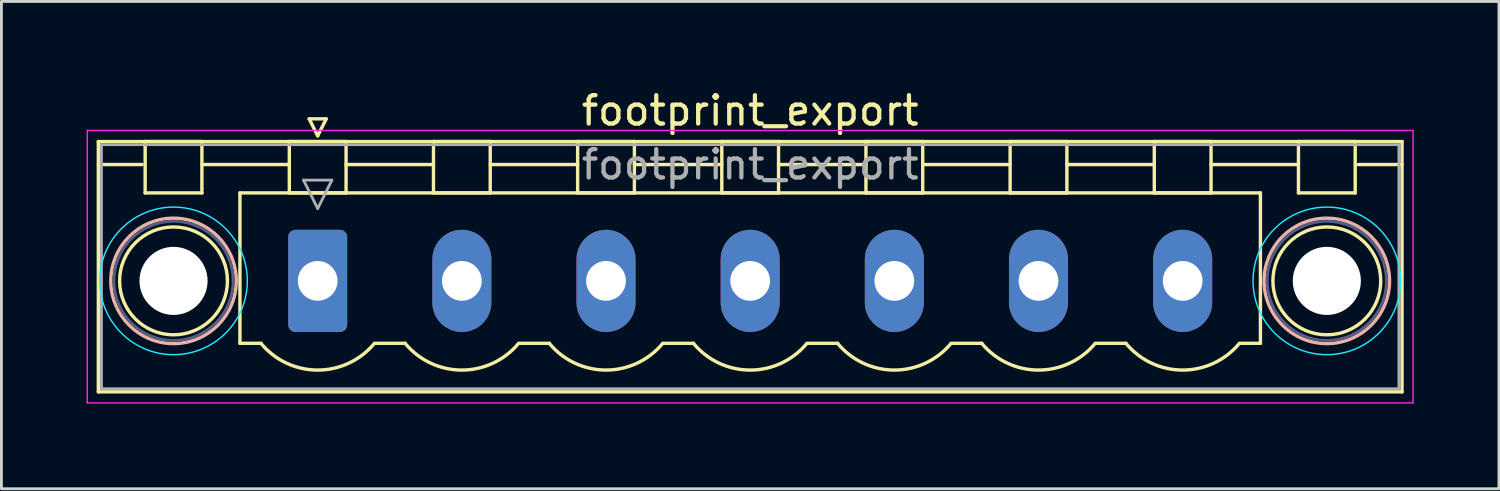
<source format=kicad_pcb>
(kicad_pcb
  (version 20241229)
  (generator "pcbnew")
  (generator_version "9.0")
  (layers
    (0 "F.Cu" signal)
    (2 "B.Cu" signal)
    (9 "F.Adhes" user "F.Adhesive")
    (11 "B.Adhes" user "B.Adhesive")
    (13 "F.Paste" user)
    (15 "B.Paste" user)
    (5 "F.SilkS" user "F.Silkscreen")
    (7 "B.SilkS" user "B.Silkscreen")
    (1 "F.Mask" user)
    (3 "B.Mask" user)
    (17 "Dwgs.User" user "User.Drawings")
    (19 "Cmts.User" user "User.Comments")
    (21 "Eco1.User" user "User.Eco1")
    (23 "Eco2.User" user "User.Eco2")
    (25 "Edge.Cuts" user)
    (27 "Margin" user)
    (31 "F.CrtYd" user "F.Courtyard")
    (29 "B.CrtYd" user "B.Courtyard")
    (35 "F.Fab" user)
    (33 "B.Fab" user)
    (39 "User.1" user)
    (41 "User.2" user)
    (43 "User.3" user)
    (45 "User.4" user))
  (footprint "footprint_export"
    (layer "F.Cu")
    (at 8.145 6.848)
    (property "Reference" "footprint_export" (at 15.24 -6 0) (layer "F.SilkS") (effects (font (size 1 1) (thickness 0.15))))
    (attr through_hole)
    (fp_line (start -7.73 -4.91) (end -7.73 3.91) (stroke (width 0.12) (type solid)) (layer "F.SilkS"))
    (fp_line (start -7.73 -4.1) (end -6.19 -4.1) (stroke (width 0.12) (type solid)) (layer "F.SilkS"))
    (fp_line (start -7.73 3.91) (end 38.21 3.91) (stroke (width 0.12) (type solid)) (layer "F.SilkS"))
    (fp_line (start -6.08 -4.91) (end -4.08 -4.91) (stroke (width 0.12) (type solid)) (layer "F.SilkS"))
    (fp_line (start -6.08 -3.1) (end -6.08 -4.91) (stroke (width 0.12) (type solid)) (layer "F.SilkS"))
    (fp_line (start -4.08 -4.91) (end -4.08 -3.1) (stroke (width 0.12) (type solid)) (layer "F.SilkS"))
    (fp_line (start -4.08 -4.1) (end -1 -4.1) (stroke (width 0.12) (type solid)) (layer "F.SilkS"))
    (fp_line (start -4.08 -3.1) (end -6.08 -3.1) (stroke (width 0.12) (type solid)) (layer "F.SilkS"))
    (fp_line (start -2.74 -3.1) (end 33.22 -3.1) (stroke (width 0.12) (type solid)) (layer "F.SilkS"))
    (fp_line (start -2.74 2.2) (end -2.74 -3.1) (stroke (width 0.12) (type solid)) (layer "F.SilkS"))
    (fp_line (start -2 2.2) (end -2.74 2.2) (stroke (width 0.12) (type solid)) (layer "F.SilkS"))
    (fp_line (start -1 -4.91) (end 1 -4.91) (stroke (width 0.12) (type solid)) (layer "F.SilkS"))
    (fp_line (start -1 -3.1) (end -1 -4.91) (stroke (width 0.12) (type solid)) (layer "F.SilkS"))
    (fp_line (start -0.3 -5.71) (end 0.3 -5.71) (stroke (width 0.12) (type solid)) (layer "F.SilkS"))
    (fp_line (start 0 -5.11) (end -0.3 -5.71) (stroke (width 0.12) (type solid)) (layer "F.SilkS"))
    (fp_line (start 0.3 -5.71) (end 0 -5.11) (stroke (width 0.12) (type solid)) (layer "F.SilkS"))
    (fp_line (start 1 -4.91) (end 1 -3.1) (stroke (width 0.12) (type solid)) (layer "F.SilkS"))
    (fp_line (start 1 -4.1) (end 4.08 -4.1) (stroke (width 0.12) (type solid)) (layer "F.SilkS"))
    (fp_line (start 1 -3.1) (end -1 -3.1) (stroke (width 0.12) (type solid)) (layer "F.SilkS"))
    (fp_line (start 2 2.2) (end 3.08 2.2) (stroke (width 0.12) (type solid)) (layer "F.SilkS"))
    (fp_line (start 4.08 -4.91) (end 6.08 -4.91) (stroke (width 0.12) (type solid)) (layer "F.SilkS"))
    (fp_line (start 4.08 -3.1) (end 4.08 -4.91) (stroke (width 0.12) (type solid)) (layer "F.SilkS"))
    (fp_line (start 6.08 -4.91) (end 6.08 -3.1) (stroke (width 0.12) (type solid)) (layer "F.SilkS"))
    (fp_line (start 6.08 -4.1) (end 9.16 -4.1) (stroke (width 0.12) (type solid)) (layer "F.SilkS"))
    (fp_line (start 6.08 -3.1) (end 4.08 -3.1) (stroke (width 0.12) (type solid)) (layer "F.SilkS"))
    (fp_line (start 7.08 2.2) (end 8.16 2.2) (stroke (width 0.12) (type solid)) (layer "F.SilkS"))
    (fp_line (start 9.16 -4.91) (end 11.16 -4.91) (stroke (width 0.12) (type solid)) (layer "F.SilkS"))
    (fp_line (start 9.16 -3.1) (end 9.16 -4.91) (stroke (width 0.12) (type solid)) (layer "F.SilkS"))
    (fp_line (start 11.16 -4.91) (end 11.16 -3.1) (stroke (width 0.12) (type solid)) (layer "F.SilkS"))
    (fp_line (start 11.16 -4.1) (end 14.24 -4.1) (stroke (width 0.12) (type solid)) (layer "F.SilkS"))
    (fp_line (start 11.16 -3.1) (end 9.16 -3.1) (stroke (width 0.12) (type solid)) (layer "F.SilkS"))
    (fp_line (start 12.16 2.2) (end 13.24 2.2) (stroke (width 0.12) (type solid)) (layer "F.SilkS"))
    (fp_line (start 14.24 -4.91) (end 16.24 -4.91) (stroke (width 0.12) (type solid)) (layer "F.SilkS"))
    (fp_line (start 14.24 -3.1) (end 14.24 -4.91) (stroke (width 0.12) (type solid)) (layer "F.SilkS"))
    (fp_line (start 16.24 -4.91) (end 16.24 -3.1) (stroke (width 0.12) (type solid)) (layer "F.SilkS"))
    (fp_line (start 16.24 -4.1) (end 19.32 -4.1) (stroke (width 0.12) (type solid)) (layer "F.SilkS"))
    (fp_line (start 16.24 -3.1) (end 14.24 -3.1) (stroke (width 0.12) (type solid)) (layer "F.SilkS"))
    (fp_line (start 17.24 2.2) (end 18.32 2.2) (stroke (width 0.12) (type solid)) (layer "F.SilkS"))
    (fp_line (start 19.32 -4.91) (end 21.32 -4.91) (stroke (width 0.12) (type solid)) (layer "F.SilkS"))
    (fp_line (start 19.32 -3.1) (end 19.32 -4.91) (stroke (width 0.12) (type solid)) (layer "F.SilkS"))
    (fp_line (start 21.32 -4.91) (end 21.32 -3.1) (stroke (width 0.12) (type solid)) (layer "F.SilkS"))
    (fp_line (start 21.32 -4.1) (end 24.4 -4.1) (stroke (width 0.12) (type solid)) (layer "F.SilkS"))
    (fp_line (start 21.32 -3.1) (end 19.32 -3.1) (stroke (width 0.12) (type solid)) (layer "F.SilkS"))
    (fp_line (start 22.32 2.2) (end 23.4 2.2) (stroke (width 0.12) (type solid)) (layer "F.SilkS"))
    (fp_line (start 24.4 -4.91) (end 26.4 -4.91) (stroke (width 0.12) (type solid)) (layer "F.SilkS"))
    (fp_line (start 24.4 -3.1) (end 24.4 -4.91) (stroke (width 0.12) (type solid)) (layer "F.SilkS"))
    (fp_line (start 26.4 -4.91) (end 26.4 -3.1) (stroke (width 0.12) (type solid)) (layer "F.SilkS"))
    (fp_line (start 26.4 -4.1) (end 29.48 -4.1) (stroke (width 0.12) (type solid)) (layer "F.SilkS"))
    (fp_line (start 26.4 -3.1) (end 24.4 -3.1) (stroke (width 0.12) (type solid)) (layer "F.SilkS"))
    (fp_line (start 27.4 2.2) (end 28.48 2.2) (stroke (width 0.12) (type solid)) (layer "F.SilkS"))
    (fp_line (start 29.48 -4.91) (end 31.48 -4.91) (stroke (width 0.12) (type solid)) (layer "F.SilkS"))
    (fp_line (start 29.48 -3.1) (end 29.48 -4.91) (stroke (width 0.12) (type solid)) (layer "F.SilkS"))
    (fp_line (start 31.48 -4.91) (end 31.48 -3.1) (stroke (width 0.12) (type solid)) (layer "F.SilkS"))
    (fp_line (start 31.48 -4.1) (end 34.56 -4.1) (stroke (width 0.12) (type solid)) (layer "F.SilkS"))
    (fp_line (start 31.48 -3.1) (end 29.48 -3.1) (stroke (width 0.12) (type solid)) (layer "F.SilkS"))
    (fp_line (start 33.22 -3.1) (end 33.22 2.2) (stroke (width 0.12) (type solid)) (layer "F.SilkS"))
    (fp_line (start 33.22 2.2) (end 32.48 2.2) (stroke (width 0.12) (type solid)) (layer "F.SilkS"))
    (fp_line (start 34.56 -4.91) (end 36.56 -4.91) (stroke (width 0.12) (type solid)) (layer "F.SilkS"))
    (fp_line (start 34.56 -3.1) (end 34.56 -4.91) (stroke (width 0.12) (type solid)) (layer "F.SilkS"))
    (fp_line (start 36.56 -4.91) (end 36.56 -3.1) (stroke (width 0.12) (type solid)) (layer "F.SilkS"))
    (fp_line (start 36.56 -3.1) (end 34.56 -3.1) (stroke (width 0.12) (type solid)) (layer "F.SilkS"))
    (fp_line (start 38.21 -4.91) (end -7.73 -4.91) (stroke (width 0.12) (type solid)) (layer "F.SilkS"))
    (fp_line (start 38.21 -4.1) (end 36.67 -4.1) (stroke (width 0.12) (type solid)) (layer "F.SilkS"))
    (fp_line (start 38.21 3.91) (end 38.21 -4.91) (stroke (width 0.12) (type solid)) (layer "F.SilkS"))
    (fp_arc (start 1.986842 2.215821) (mid -0.010289 3.142758) (end -2 2.2) (stroke (width 0.12) (type solid)) (layer "F.SilkS"))
    (fp_arc (start 7.066842 2.215821) (mid 5.069711 3.142758) (end 3.08 2.2) (stroke (width 0.12) (type solid)) (layer "F.SilkS"))
    (fp_arc (start 12.146842 2.215821) (mid 10.149711 3.142758) (end 8.16 2.2) (stroke (width 0.12) (type solid)) (layer "F.SilkS"))
    (fp_arc (start 17.226842 2.215821) (mid 15.229711 3.142758) (end 13.24 2.2) (stroke (width 0.12) (type solid)) (layer "F.SilkS"))
    (fp_arc (start 22.306842 2.215821) (mid 20.309711 3.142758) (end 18.32 2.2) (stroke (width 0.12) (type solid)) (layer "F.SilkS"))
    (fp_arc (start 27.386842 2.215821) (mid 25.389711 3.142758) (end 23.4 2.2) (stroke (width 0.12) (type solid)) (layer "F.SilkS"))
    (fp_arc (start 32.466842 2.215821) (mid 30.469711 3.142758) (end 28.48 2.2) (stroke (width 0.12) (type solid)) (layer "F.SilkS"))
    (fp_circle (center -5.08 0) (end -3.18 0) (stroke (width 0.12) (type solid)) (fill no) (layer "F.SilkS"))
    (fp_circle (center 35.56 0) (end 37.46 0) (stroke (width 0.12) (type solid)) (fill no) (layer "F.SilkS"))
    (fp_circle (center -5.08 0) (end -2.87 0) (stroke (width 0.12) (type solid)) (fill no) (layer "B.SilkS"))
    (fp_circle (center 35.56 0) (end 37.77 0) (stroke (width 0.12) (type solid)) (fill no) (layer "B.SilkS"))
    (fp_circle (center -5.08 0) (end -2.48 0) (stroke (width 0.05) (type solid)) (fill no) (layer "B.CrtYd"))
    (fp_circle (center 35.56 0) (end 38.16 0) (stroke (width 0.05) (type solid)) (fill no) (layer "B.CrtYd"))
    (fp_line (start -8.12 -5.3) (end -8.12 4.3) (stroke (width 0.05) (type solid)) (layer "F.CrtYd"))
    (fp_line (start -8.12 4.3) (end 38.6 4.3) (stroke (width 0.05) (type solid)) (layer "F.CrtYd"))
    (fp_line (start 38.6 -5.3) (end -8.12 -5.3) (stroke (width 0.05) (type solid)) (layer "F.CrtYd"))
    (fp_line (start 38.6 4.3) (end 38.6 -5.3) (stroke (width 0.05) (type solid)) (layer "F.CrtYd"))
    (fp_circle (center -5.08 0) (end -2.98 0) (stroke (width 0.1) (type solid)) (fill no) (layer "B.Fab"))
    (fp_circle (center 35.56 0) (end 37.66 0) (stroke (width 0.1) (type solid)) (fill no) (layer "B.Fab"))
    (fp_line (start -7.62 -4.8) (end -7.62 3.8) (stroke (width 0.1) (type solid)) (layer "F.Fab"))
    (fp_line (start -7.62 3.8) (end 38.1 3.8) (stroke (width 0.1) (type solid)) (layer "F.Fab"))
    (fp_line (start -0.5 -3.55) (end 0.5 -3.55) (stroke (width 0.1) (type solid)) (layer "F.Fab"))
    (fp_line (start 0 -2.55) (end -0.5 -3.55) (stroke (width 0.1) (type solid)) (layer "F.Fab"))
    (fp_line (start 0.5 -3.55) (end 0 -2.55) (stroke (width 0.1) (type solid)) (layer "F.Fab"))
    (fp_line (start 38.1 -4.8) (end -7.62 -4.8) (stroke (width 0.1) (type solid)) (layer "F.Fab"))
    (fp_line (start 38.1 3.8) (end 38.1 -4.8) (stroke (width 0.1) (type solid)) (layer "F.Fab"))
    (fp_text user "${REFERENCE}" (at 15.24 -4.1 0) (layer "F.Fab") (effects (font (size 1 1) (thickness 0.15))))
    (pad "" np_thru_hole circle (at -5.08 0) (size 2.4 2.4) (drill 2.4) (layers "*.Cu" "*.Mask"))
    (pad "" np_thru_hole circle (at 35.56 0) (size 2.4 2.4) (drill 2.4) (layers "*.Cu" "*.Mask"))
    (pad "1" thru_hole roundrect (at 0 0) (size 2.08 3.6) (drill 1.4) (layers "*.Cu" "*.Mask") (roundrect_rratio 0.12))
    (pad "2" thru_hole oval (at 5.08 0) (size 2.08 3.6) (drill 1.4) (layers "*.Cu" "*.Mask"))
    (pad "3" thru_hole oval (at 10.16 0) (size 2.08 3.6) (drill 1.4) (layers "*.Cu" "*.Mask"))
    (pad "4" thru_hole oval (at 15.24 0) (size 2.08 3.6) (drill 1.4) (layers "*.Cu" "*.Mask"))
    (pad "5" thru_hole oval (at 20.32 0) (size 2.08 3.6) (drill 1.4) (layers "*.Cu" "*.Mask"))
    (pad "6" thru_hole oval (at 25.4 0) (size 2.08 3.6) (drill 1.4) (layers "*.Cu" "*.Mask"))
    (pad "7" thru_hole oval (at 30.48 0) (size 2.08 3.6) (drill 1.4) (layers "*.Cu" "*.Mask")))
  (gr_rect
    (start -3 -3)
    (end 49.77 14.173)
    (stroke (width 0.1) (type default))
    (fill no)
    (layer "Edge.Cuts")))
</source>
